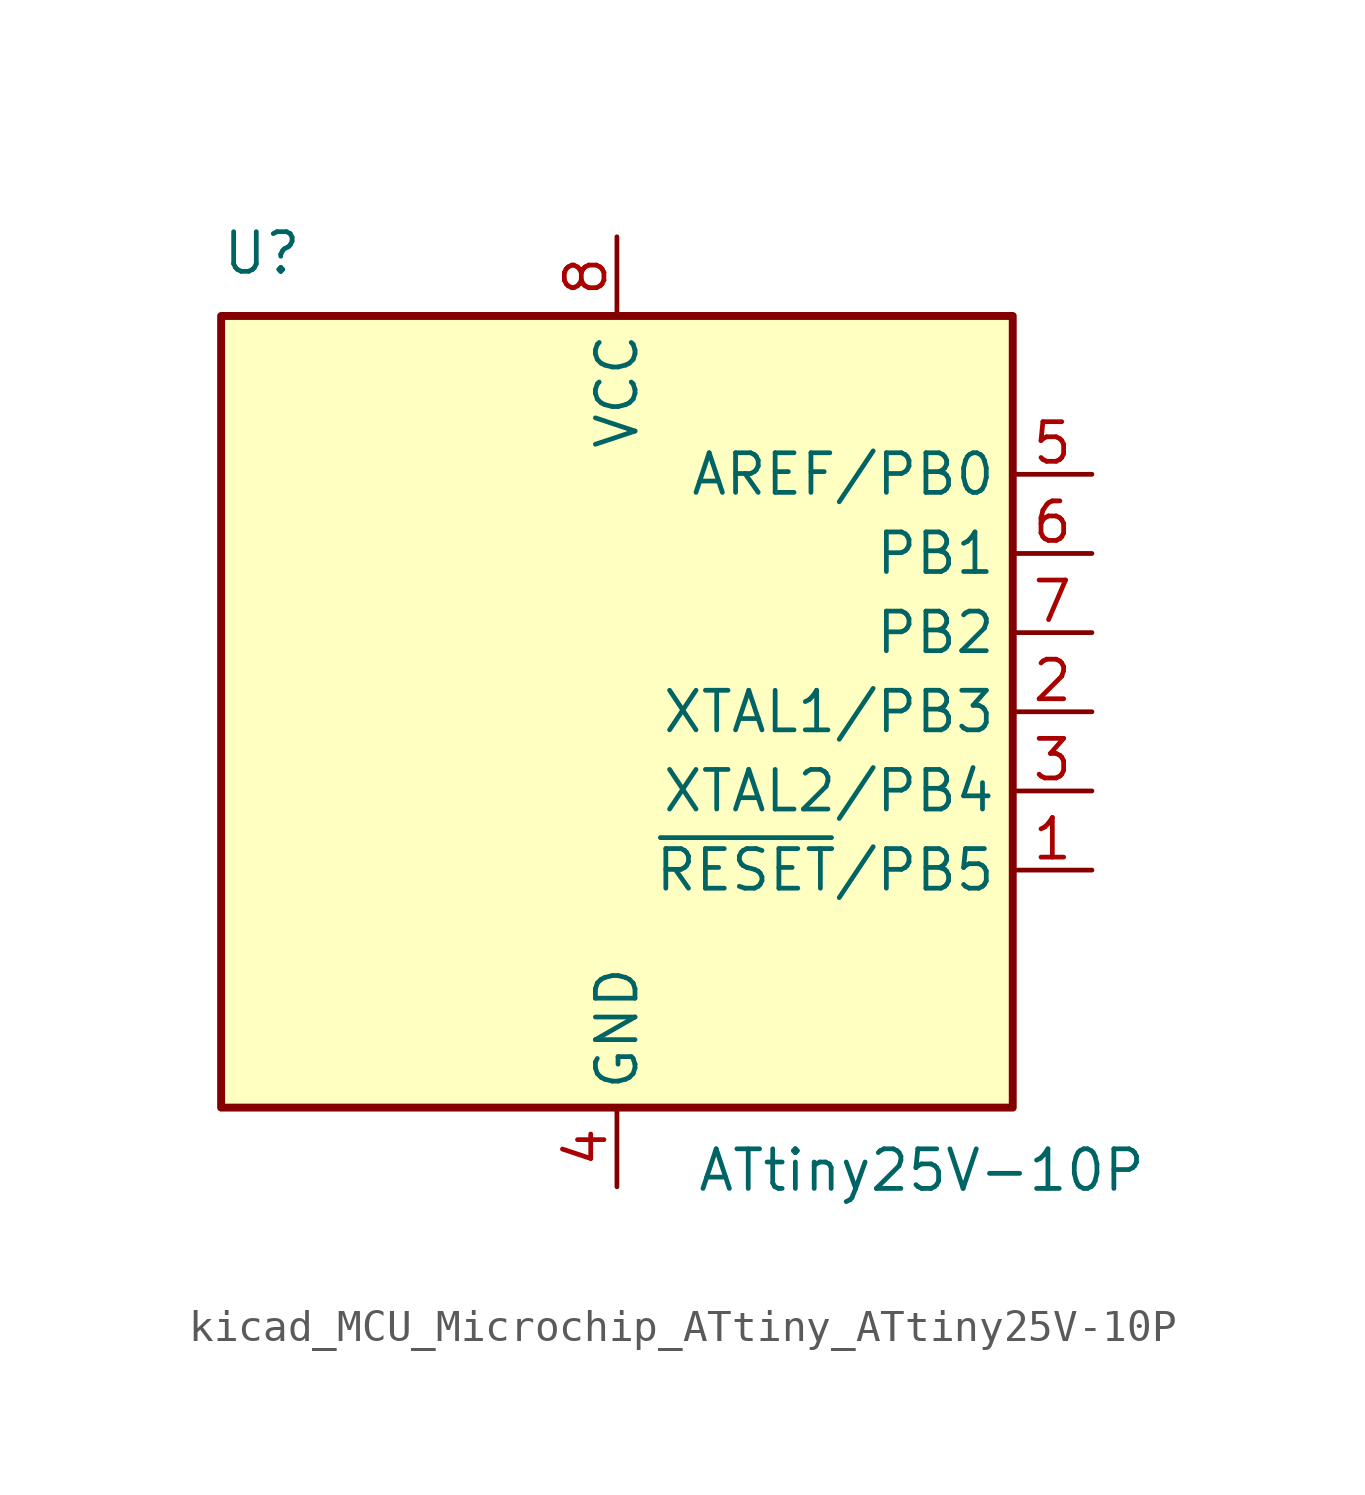
<source format=kicad_sym>
(kicad_symbol_lib
  (version 20220914)
  (generator kicad_symbol_editor)
  (symbol "kicad_MCU_Microchip_ATtiny_ATtiny25V-10P"
    (property "Reference" "U"
      (at -12.7 13.97 0)
      (effects (font (size 1.27 1.27)) (justify left bottom)))
    (property "Value" "ATtiny25V-10P"
      (at 2.54 -13.97 0)
      (effects (font (size 1.27 1.27)) (justify left top)))
    (symbol "kicad_MCU_Microchip_ATtiny_ATtiny25V-10P_0_1"
      (rectangle (start -12.7 -12.7) (end 12.7 12.7) (stroke (width 0.254) (type default)) (fill (type background))))
    (symbol "kicad_MCU_Microchip_ATtiny_ATtiny25V-10P_1_1"
      (pin bidirectional line (at 15.24 -5.08 180) (length 2.54) (name "~{RESET}/PB5" (effects (font (size 1.27 1.27)))) (number "1" (effects (font (size 1.27 1.27)))))
      (pin bidirectional line (at 15.24 0 180) (length 2.54) (name "XTAL1/PB3" (effects (font (size 1.27 1.27)))) (number "2" (effects (font (size 1.27 1.27)))))
      (pin bidirectional line (at 15.24 -2.54 180) (length 2.54) (name "XTAL2/PB4" (effects (font (size 1.27 1.27)))) (number "3" (effects (font (size 1.27 1.27)))))
      (pin power_in line (at 0 -15.24 90) (length 2.54) (name "GND" (effects (font (size 1.27 1.27)))) (number "4" (effects (font (size 1.27 1.27)))))
      (pin bidirectional line (at 15.24 7.62 180) (length 2.54) (name "AREF/PB0" (effects (font (size 1.27 1.27)))) (number "5" (effects (font (size 1.27 1.27)))))
      (pin bidirectional line (at 15.24 5.08 180) (length 2.54) (name "PB1" (effects (font (size 1.27 1.27)))) (number "6" (effects (font (size 1.27 1.27)))))
      (pin bidirectional line (at 15.24 2.54 180) (length 2.54) (name "PB2" (effects (font (size 1.27 1.27)))) (number "7" (effects (font (size 1.27 1.27)))))
      (pin power_in line (at 0 15.24 270) (length 2.54) (name "VCC" (effects (font (size 1.27 1.27)))) (number "8" (effects (font (size 1.27 1.27))))))))
</source>
